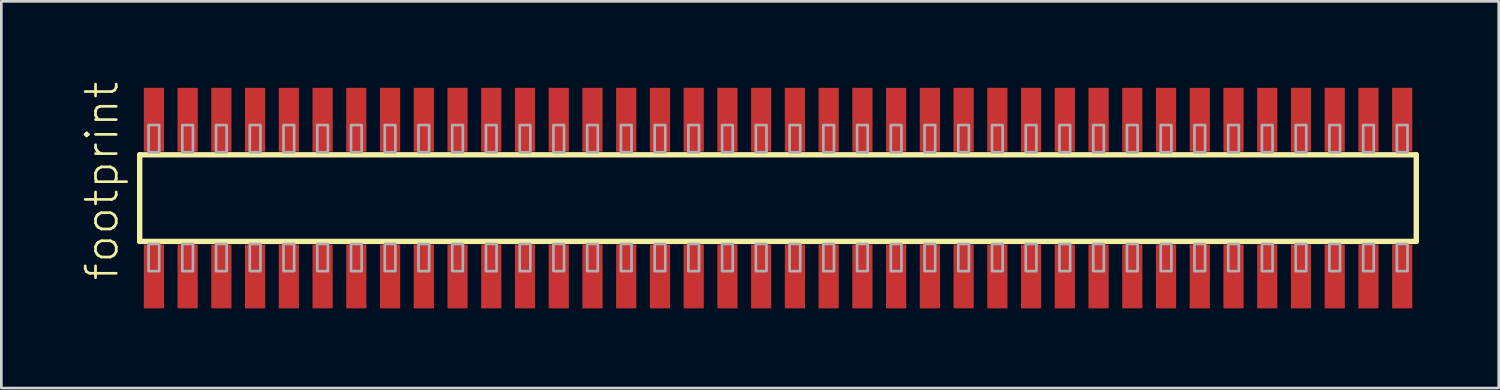
<source format=kicad_pcb>
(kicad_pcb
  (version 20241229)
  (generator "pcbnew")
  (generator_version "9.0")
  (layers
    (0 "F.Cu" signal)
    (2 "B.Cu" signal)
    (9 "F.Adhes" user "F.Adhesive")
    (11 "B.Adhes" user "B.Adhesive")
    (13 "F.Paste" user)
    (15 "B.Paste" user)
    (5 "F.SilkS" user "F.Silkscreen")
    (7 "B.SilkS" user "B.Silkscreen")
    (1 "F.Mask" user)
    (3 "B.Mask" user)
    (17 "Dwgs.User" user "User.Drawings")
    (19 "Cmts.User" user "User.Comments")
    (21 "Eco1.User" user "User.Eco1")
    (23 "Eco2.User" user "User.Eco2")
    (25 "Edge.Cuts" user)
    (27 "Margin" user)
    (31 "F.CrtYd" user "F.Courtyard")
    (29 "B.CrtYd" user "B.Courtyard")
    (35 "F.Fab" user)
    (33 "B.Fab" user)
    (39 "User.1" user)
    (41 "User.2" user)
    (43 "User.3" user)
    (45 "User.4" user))
  (footprint "footprint"
    (layer "F.Cu")
    (at 26.238 4.407)
    (property "Reference" "footprint" (at -24.765 3.175 90) (layer "F.SilkS") (effects (font (size 1.168 1.168) (thickness 0.102)) (justify left bottom)))
    (fp_line (start -24.03 -1.63) (end 24.025 -1.63) (stroke (width 0.203) (type solid)) (layer "F.SilkS"))
    (fp_line (start -24.03 1.63) (end -24.03 -1.63) (stroke (width 0.203) (type solid)) (layer "F.SilkS"))
    (fp_line (start 24.025 -1.63) (end 24.025 1.63) (stroke (width 0.203) (type solid)) (layer "F.SilkS"))
    (fp_line (start 24.025 1.63) (end -24.03 1.63) (stroke (width 0.203) (type solid)) (layer "F.SilkS"))
    (fp_poly (pts (xy -23.695 -1.725) (xy -23.295 -1.725) (xy -23.295 -2.75) (xy -23.695 -2.75)) (stroke (width 0.1) (type solid)) (fill no) (layer "F.Fab"))
    (fp_poly (pts (xy -23.295 1.725) (xy -23.695 1.725) (xy -23.695 2.75) (xy -23.295 2.75)) (stroke (width 0.1) (type solid)) (fill no) (layer "F.Fab"))
    (fp_poly (pts (xy -22.425 -1.725) (xy -22.025 -1.725) (xy -22.025 -2.75) (xy -22.425 -2.75)) (stroke (width 0.1) (type solid)) (fill no) (layer "F.Fab"))
    (fp_poly (pts (xy -22.025 1.725) (xy -22.425 1.725) (xy -22.425 2.75) (xy -22.025 2.75)) (stroke (width 0.1) (type solid)) (fill no) (layer "F.Fab"))
    (fp_poly (pts (xy -21.155 -1.725) (xy -20.755 -1.725) (xy -20.755 -2.75) (xy -21.155 -2.75)) (stroke (width 0.1) (type solid)) (fill no) (layer "F.Fab"))
    (fp_poly (pts (xy -20.755 1.725) (xy -21.155 1.725) (xy -21.155 2.75) (xy -20.755 2.75)) (stroke (width 0.1) (type solid)) (fill no) (layer "F.Fab"))
    (fp_poly (pts (xy -19.885 -1.725) (xy -19.485 -1.725) (xy -19.485 -2.75) (xy -19.885 -2.75)) (stroke (width 0.1) (type solid)) (fill no) (layer "F.Fab"))
    (fp_poly (pts (xy -19.485 1.725) (xy -19.885 1.725) (xy -19.885 2.75) (xy -19.485 2.75)) (stroke (width 0.1) (type solid)) (fill no) (layer "F.Fab"))
    (fp_poly (pts (xy -18.615 -1.725) (xy -18.215 -1.725) (xy -18.215 -2.75) (xy -18.615 -2.75)) (stroke (width 0.1) (type solid)) (fill no) (layer "F.Fab"))
    (fp_poly (pts (xy -18.215 1.725) (xy -18.615 1.725) (xy -18.615 2.75) (xy -18.215 2.75)) (stroke (width 0.1) (type solid)) (fill no) (layer "F.Fab"))
    (fp_poly (pts (xy -17.345 -1.725) (xy -16.945 -1.725) (xy -16.945 -2.75) (xy -17.345 -2.75)) (stroke (width 0.1) (type solid)) (fill no) (layer "F.Fab"))
    (fp_poly (pts (xy -16.945 1.725) (xy -17.345 1.725) (xy -17.345 2.75) (xy -16.945 2.75)) (stroke (width 0.1) (type solid)) (fill no) (layer "F.Fab"))
    (fp_poly (pts (xy -16.075 -1.725) (xy -15.675 -1.725) (xy -15.675 -2.75) (xy -16.075 -2.75)) (stroke (width 0.1) (type solid)) (fill no) (layer "F.Fab"))
    (fp_poly (pts (xy -15.675 1.725) (xy -16.075 1.725) (xy -16.075 2.75) (xy -15.675 2.75)) (stroke (width 0.1) (type solid)) (fill no) (layer "F.Fab"))
    (fp_poly (pts (xy -14.805 -1.725) (xy -14.405 -1.725) (xy -14.405 -2.75) (xy -14.805 -2.75)) (stroke (width 0.1) (type solid)) (fill no) (layer "F.Fab"))
    (fp_poly (pts (xy -14.405 1.725) (xy -14.805 1.725) (xy -14.805 2.75) (xy -14.405 2.75)) (stroke (width 0.1) (type solid)) (fill no) (layer "F.Fab"))
    (fp_poly (pts (xy -13.535 -1.725) (xy -13.135 -1.725) (xy -13.135 -2.75) (xy -13.535 -2.75)) (stroke (width 0.1) (type solid)) (fill no) (layer "F.Fab"))
    (fp_poly (pts (xy -13.135 1.725) (xy -13.535 1.725) (xy -13.535 2.75) (xy -13.135 2.75)) (stroke (width 0.1) (type solid)) (fill no) (layer "F.Fab"))
    (fp_poly (pts (xy -12.265 -1.725) (xy -11.865 -1.725) (xy -11.865 -2.75) (xy -12.265 -2.75)) (stroke (width 0.1) (type solid)) (fill no) (layer "F.Fab"))
    (fp_poly (pts (xy -11.865 1.725) (xy -12.265 1.725) (xy -12.265 2.75) (xy -11.865 2.75)) (stroke (width 0.1) (type solid)) (fill no) (layer "F.Fab"))
    (fp_poly (pts (xy -10.995 -1.725) (xy -10.595 -1.725) (xy -10.595 -2.75) (xy -10.995 -2.75)) (stroke (width 0.1) (type solid)) (fill no) (layer "F.Fab"))
    (fp_poly (pts (xy -10.595 1.725) (xy -10.995 1.725) (xy -10.995 2.75) (xy -10.595 2.75)) (stroke (width 0.1) (type solid)) (fill no) (layer "F.Fab"))
    (fp_poly (pts (xy -9.725 -1.725) (xy -9.325 -1.725) (xy -9.325 -2.75) (xy -9.725 -2.75)) (stroke (width 0.1) (type solid)) (fill no) (layer "F.Fab"))
    (fp_poly (pts (xy -9.325 1.725) (xy -9.725 1.725) (xy -9.725 2.75) (xy -9.325 2.75)) (stroke (width 0.1) (type solid)) (fill no) (layer "F.Fab"))
    (fp_poly (pts (xy -8.455 -1.725) (xy -8.055 -1.725) (xy -8.055 -2.75) (xy -8.455 -2.75)) (stroke (width 0.1) (type solid)) (fill no) (layer "F.Fab"))
    (fp_poly (pts (xy -8.055 1.725) (xy -8.455 1.725) (xy -8.455 2.75) (xy -8.055 2.75)) (stroke (width 0.1) (type solid)) (fill no) (layer "F.Fab"))
    (fp_poly (pts (xy -7.185 -1.725) (xy -6.785 -1.725) (xy -6.785 -2.75) (xy -7.185 -2.75)) (stroke (width 0.1) (type solid)) (fill no) (layer "F.Fab"))
    (fp_poly (pts (xy -6.785 1.725) (xy -7.185 1.725) (xy -7.185 2.75) (xy -6.785 2.75)) (stroke (width 0.1) (type solid)) (fill no) (layer "F.Fab"))
    (fp_poly (pts (xy -5.915 -1.725) (xy -5.515 -1.725) (xy -5.515 -2.75) (xy -5.915 -2.75)) (stroke (width 0.1) (type solid)) (fill no) (layer "F.Fab"))
    (fp_poly (pts (xy -5.515 1.725) (xy -5.915 1.725) (xy -5.915 2.75) (xy -5.515 2.75)) (stroke (width 0.1) (type solid)) (fill no) (layer "F.Fab"))
    (fp_poly (pts (xy -4.645 -1.725) (xy -4.245 -1.725) (xy -4.245 -2.75) (xy -4.645 -2.75)) (stroke (width 0.1) (type solid)) (fill no) (layer "F.Fab"))
    (fp_poly (pts (xy -4.245 1.725) (xy -4.645 1.725) (xy -4.645 2.75) (xy -4.245 2.75)) (stroke (width 0.1) (type solid)) (fill no) (layer "F.Fab"))
    (fp_poly (pts (xy -3.375 -1.725) (xy -2.975 -1.725) (xy -2.975 -2.75) (xy -3.375 -2.75)) (stroke (width 0.1) (type solid)) (fill no) (layer "F.Fab"))
    (fp_poly (pts (xy -2.975 1.725) (xy -3.375 1.725) (xy -3.375 2.75) (xy -2.975 2.75)) (stroke (width 0.1) (type solid)) (fill no) (layer "F.Fab"))
    (fp_poly (pts (xy -2.105 -1.725) (xy -1.705 -1.725) (xy -1.705 -2.75) (xy -2.105 -2.75)) (stroke (width 0.1) (type solid)) (fill no) (layer "F.Fab"))
    (fp_poly (pts (xy -1.705 1.725) (xy -2.105 1.725) (xy -2.105 2.75) (xy -1.705 2.75)) (stroke (width 0.1) (type solid)) (fill no) (layer "F.Fab"))
    (fp_poly (pts (xy -0.835 -1.725) (xy -0.435 -1.725) (xy -0.435 -2.75) (xy -0.835 -2.75)) (stroke (width 0.1) (type solid)) (fill no) (layer "F.Fab"))
    (fp_poly (pts (xy -0.435 1.725) (xy -0.835 1.725) (xy -0.835 2.75) (xy -0.435 2.75)) (stroke (width 0.1) (type solid)) (fill no) (layer "F.Fab"))
    (fp_poly (pts (xy 0.435 -1.725) (xy 0.835 -1.725) (xy 0.835 -2.75) (xy 0.435 -2.75)) (stroke (width 0.1) (type solid)) (fill no) (layer "F.Fab"))
    (fp_poly (pts (xy 0.835 1.725) (xy 0.435 1.725) (xy 0.435 2.75) (xy 0.835 2.75)) (stroke (width 0.1) (type solid)) (fill no) (layer "F.Fab"))
    (fp_poly (pts (xy 1.705 -1.725) (xy 2.105 -1.725) (xy 2.105 -2.75) (xy 1.705 -2.75)) (stroke (width 0.1) (type solid)) (fill no) (layer "F.Fab"))
    (fp_poly (pts (xy 2.105 1.725) (xy 1.705 1.725) (xy 1.705 2.75) (xy 2.105 2.75)) (stroke (width 0.1) (type solid)) (fill no) (layer "F.Fab"))
    (fp_poly (pts (xy 2.975 -1.725) (xy 3.375 -1.725) (xy 3.375 -2.75) (xy 2.975 -2.75)) (stroke (width 0.1) (type solid)) (fill no) (layer "F.Fab"))
    (fp_poly (pts (xy 3.375 1.725) (xy 2.975 1.725) (xy 2.975 2.75) (xy 3.375 2.75)) (stroke (width 0.1) (type solid)) (fill no) (layer "F.Fab"))
    (fp_poly (pts (xy 4.245 -1.725) (xy 4.645 -1.725) (xy 4.645 -2.75) (xy 4.245 -2.75)) (stroke (width 0.1) (type solid)) (fill no) (layer "F.Fab"))
    (fp_poly (pts (xy 4.645 1.725) (xy 4.245 1.725) (xy 4.245 2.75) (xy 4.645 2.75)) (stroke (width 0.1) (type solid)) (fill no) (layer "F.Fab"))
    (fp_poly (pts (xy 5.515 -1.725) (xy 5.915 -1.725) (xy 5.915 -2.75) (xy 5.515 -2.75)) (stroke (width 0.1) (type solid)) (fill no) (layer "F.Fab"))
    (fp_poly (pts (xy 5.915 1.725) (xy 5.515 1.725) (xy 5.515 2.75) (xy 5.915 2.75)) (stroke (width 0.1) (type solid)) (fill no) (layer "F.Fab"))
    (fp_poly (pts (xy 6.785 -1.725) (xy 7.185 -1.725) (xy 7.185 -2.75) (xy 6.785 -2.75)) (stroke (width 0.1) (type solid)) (fill no) (layer "F.Fab"))
    (fp_poly (pts (xy 7.185 1.725) (xy 6.785 1.725) (xy 6.785 2.75) (xy 7.185 2.75)) (stroke (width 0.1) (type solid)) (fill no) (layer "F.Fab"))
    (fp_poly (pts (xy 8.055 -1.725) (xy 8.455 -1.725) (xy 8.455 -2.75) (xy 8.055 -2.75)) (stroke (width 0.1) (type solid)) (fill no) (layer "F.Fab"))
    (fp_poly (pts (xy 8.455 1.725) (xy 8.055 1.725) (xy 8.055 2.75) (xy 8.455 2.75)) (stroke (width 0.1) (type solid)) (fill no) (layer "F.Fab"))
    (fp_poly (pts (xy 9.325 -1.725) (xy 9.725 -1.725) (xy 9.725 -2.75) (xy 9.325 -2.75)) (stroke (width 0.1) (type solid)) (fill no) (layer "F.Fab"))
    (fp_poly (pts (xy 9.725 1.725) (xy 9.325 1.725) (xy 9.325 2.75) (xy 9.725 2.75)) (stroke (width 0.1) (type solid)) (fill no) (layer "F.Fab"))
    (fp_poly (pts (xy 10.595 -1.725) (xy 10.995 -1.725) (xy 10.995 -2.75) (xy 10.595 -2.75)) (stroke (width 0.1) (type solid)) (fill no) (layer "F.Fab"))
    (fp_poly (pts (xy 10.995 1.725) (xy 10.595 1.725) (xy 10.595 2.75) (xy 10.995 2.75)) (stroke (width 0.1) (type solid)) (fill no) (layer "F.Fab"))
    (fp_poly (pts (xy 11.865 -1.725) (xy 12.265 -1.725) (xy 12.265 -2.75) (xy 11.865 -2.75)) (stroke (width 0.1) (type solid)) (fill no) (layer "F.Fab"))
    (fp_poly (pts (xy 12.265 1.725) (xy 11.865 1.725) (xy 11.865 2.75) (xy 12.265 2.75)) (stroke (width 0.1) (type solid)) (fill no) (layer "F.Fab"))
    (fp_poly (pts (xy 13.135 -1.725) (xy 13.535 -1.725) (xy 13.535 -2.75) (xy 13.135 -2.75)) (stroke (width 0.1) (type solid)) (fill no) (layer "F.Fab"))
    (fp_poly (pts (xy 13.535 1.725) (xy 13.135 1.725) (xy 13.135 2.75) (xy 13.535 2.75)) (stroke (width 0.1) (type solid)) (fill no) (layer "F.Fab"))
    (fp_poly (pts (xy 14.405 -1.725) (xy 14.805 -1.725) (xy 14.805 -2.75) (xy 14.405 -2.75)) (stroke (width 0.1) (type solid)) (fill no) (layer "F.Fab"))
    (fp_poly (pts (xy 14.805 1.725) (xy 14.405 1.725) (xy 14.405 2.75) (xy 14.805 2.75)) (stroke (width 0.1) (type solid)) (fill no) (layer "F.Fab"))
    (fp_poly (pts (xy 15.675 -1.725) (xy 16.075 -1.725) (xy 16.075 -2.75) (xy 15.675 -2.75)) (stroke (width 0.1) (type solid)) (fill no) (layer "F.Fab"))
    (fp_poly (pts (xy 16.075 1.725) (xy 15.675 1.725) (xy 15.675 2.75) (xy 16.075 2.75)) (stroke (width 0.1) (type solid)) (fill no) (layer "F.Fab"))
    (fp_poly (pts (xy 16.945 -1.725) (xy 17.345 -1.725) (xy 17.345 -2.75) (xy 16.945 -2.75)) (stroke (width 0.1) (type solid)) (fill no) (layer "F.Fab"))
    (fp_poly (pts (xy 17.345 1.725) (xy 16.945 1.725) (xy 16.945 2.75) (xy 17.345 2.75)) (stroke (width 0.1) (type solid)) (fill no) (layer "F.Fab"))
    (fp_poly (pts (xy 18.215 -1.725) (xy 18.615 -1.725) (xy 18.615 -2.75) (xy 18.215 -2.75)) (stroke (width 0.1) (type solid)) (fill no) (layer "F.Fab"))
    (fp_poly (pts (xy 18.615 1.725) (xy 18.215 1.725) (xy 18.215 2.75) (xy 18.615 2.75)) (stroke (width 0.1) (type solid)) (fill no) (layer "F.Fab"))
    (fp_poly (pts (xy 19.485 -1.725) (xy 19.885 -1.725) (xy 19.885 -2.75) (xy 19.485 -2.75)) (stroke (width 0.1) (type solid)) (fill no) (layer "F.Fab"))
    (fp_poly (pts (xy 19.885 1.725) (xy 19.485 1.725) (xy 19.485 2.75) (xy 19.885 2.75)) (stroke (width 0.1) (type solid)) (fill no) (layer "F.Fab"))
    (fp_poly (pts (xy 20.755 -1.725) (xy 21.155 -1.725) (xy 21.155 -2.75) (xy 20.755 -2.75)) (stroke (width 0.1) (type solid)) (fill no) (layer "F.Fab"))
    (fp_poly (pts (xy 21.155 1.725) (xy 20.755 1.725) (xy 20.755 2.75) (xy 21.155 2.75)) (stroke (width 0.1) (type solid)) (fill no) (layer "F.Fab"))
    (fp_poly (pts (xy 22.025 -1.725) (xy 22.425 -1.725) (xy 22.425 -2.75) (xy 22.025 -2.75)) (stroke (width 0.1) (type solid)) (fill no) (layer "F.Fab"))
    (fp_poly (pts (xy 22.425 1.725) (xy 22.025 1.725) (xy 22.025 2.75) (xy 22.425 2.75)) (stroke (width 0.1) (type solid)) (fill no) (layer "F.Fab"))
    (fp_poly (pts (xy 23.295 -1.725) (xy 23.695 -1.725) (xy 23.695 -2.75) (xy 23.295 -2.75)) (stroke (width 0.1) (type solid)) (fill no) (layer "F.Fab"))
    (fp_poly (pts (xy 23.695 1.725) (xy 23.295 1.725) (xy 23.295 2.75) (xy 23.695 2.75)) (stroke (width 0.1) (type solid)) (fill no) (layer "F.Fab"))
    (pad "1" smd rect (at -23.495 2.95) (size 0.76 2.4) (layers "F.Cu" "F.Mask" "F.Paste"))
    (pad "2" smd rect (at -23.495 -2.95) (size 0.76 2.4) (layers "F.Cu" "F.Mask" "F.Paste"))
    (pad "3" smd rect (at -22.225 2.95) (size 0.76 2.4) (layers "F.Cu" "F.Mask" "F.Paste"))
    (pad "4" smd rect (at -22.225 -2.95) (size 0.76 2.4) (layers "F.Cu" "F.Mask" "F.Paste"))
    (pad "5" smd rect (at -20.955 2.95) (size 0.76 2.4) (layers "F.Cu" "F.Mask" "F.Paste"))
    (pad "6" smd rect (at -20.955 -2.95) (size 0.76 2.4) (layers "F.Cu" "F.Mask" "F.Paste"))
    (pad "7" smd rect (at -19.685 2.95) (size 0.76 2.4) (layers "F.Cu" "F.Mask" "F.Paste"))
    (pad "8" smd rect (at -19.685 -2.95) (size 0.76 2.4) (layers "F.Cu" "F.Mask" "F.Paste"))
    (pad "9" smd rect (at -18.415 2.95) (size 0.76 2.4) (layers "F.Cu" "F.Mask" "F.Paste"))
    (pad "10" smd rect (at -18.415 -2.95) (size 0.76 2.4) (layers "F.Cu" "F.Mask" "F.Paste"))
    (pad "11" smd rect (at -17.145 2.95) (size 0.76 2.4) (layers "F.Cu" "F.Mask" "F.Paste"))
    (pad "12" smd rect (at -17.145 -2.95) (size 0.76 2.4) (layers "F.Cu" "F.Mask" "F.Paste"))
    (pad "13" smd rect (at -15.875 2.95) (size 0.76 2.4) (layers "F.Cu" "F.Mask" "F.Paste"))
    (pad "14" smd rect (at -15.875 -2.95) (size 0.76 2.4) (layers "F.Cu" "F.Mask" "F.Paste"))
    (pad "15" smd rect (at -14.605 2.95) (size 0.76 2.4) (layers "F.Cu" "F.Mask" "F.Paste"))
    (pad "16" smd rect (at -14.605 -2.95) (size 0.76 2.4) (layers "F.Cu" "F.Mask" "F.Paste"))
    (pad "17" smd rect (at -13.335 2.95) (size 0.76 2.4) (layers "F.Cu" "F.Mask" "F.Paste"))
    (pad "18" smd rect (at -13.335 -2.95) (size 0.76 2.4) (layers "F.Cu" "F.Mask" "F.Paste"))
    (pad "19" smd rect (at -12.065 2.95) (size 0.76 2.4) (layers "F.Cu" "F.Mask" "F.Paste"))
    (pad "20" smd rect (at -12.065 -2.95) (size 0.76 2.4) (layers "F.Cu" "F.Mask" "F.Paste"))
    (pad "21" smd rect (at -10.795 2.95) (size 0.76 2.4) (layers "F.Cu" "F.Mask" "F.Paste"))
    (pad "22" smd rect (at -10.795 -2.95) (size 0.76 2.4) (layers "F.Cu" "F.Mask" "F.Paste"))
    (pad "23" smd rect (at -9.525 2.95) (size 0.76 2.4) (layers "F.Cu" "F.Mask" "F.Paste"))
    (pad "24" smd rect (at -9.525 -2.95) (size 0.76 2.4) (layers "F.Cu" "F.Mask" "F.Paste"))
    (pad "25" smd rect (at -8.255 2.95) (size 0.76 2.4) (layers "F.Cu" "F.Mask" "F.Paste"))
    (pad "26" smd rect (at -8.255 -2.95) (size 0.76 2.4) (layers "F.Cu" "F.Mask" "F.Paste"))
    (pad "27" smd rect (at -6.985 2.95) (size 0.76 2.4) (layers "F.Cu" "F.Mask" "F.Paste"))
    (pad "28" smd rect (at -6.985 -2.95) (size 0.76 2.4) (layers "F.Cu" "F.Mask" "F.Paste"))
    (pad "29" smd rect (at -5.715 2.95) (size 0.76 2.4) (layers "F.Cu" "F.Mask" "F.Paste"))
    (pad "30" smd rect (at -5.715 -2.95) (size 0.76 2.4) (layers "F.Cu" "F.Mask" "F.Paste"))
    (pad "31" smd rect (at -4.445 2.95) (size 0.76 2.4) (layers "F.Cu" "F.Mask" "F.Paste"))
    (pad "32" smd rect (at -4.445 -2.95) (size 0.76 2.4) (layers "F.Cu" "F.Mask" "F.Paste"))
    (pad "33" smd rect (at -3.175 2.95) (size 0.76 2.4) (layers "F.Cu" "F.Mask" "F.Paste"))
    (pad "34" smd rect (at -3.175 -2.95) (size 0.76 2.4) (layers "F.Cu" "F.Mask" "F.Paste"))
    (pad "35" smd rect (at -1.905 2.95) (size 0.76 2.4) (layers "F.Cu" "F.Mask" "F.Paste"))
    (pad "36" smd rect (at -1.905 -2.95) (size 0.76 2.4) (layers "F.Cu" "F.Mask" "F.Paste"))
    (pad "37" smd rect (at -0.635 2.95) (size 0.76 2.4) (layers "F.Cu" "F.Mask" "F.Paste"))
    (pad "38" smd rect (at -0.635 -2.95) (size 0.76 2.4) (layers "F.Cu" "F.Mask" "F.Paste"))
    (pad "39" smd rect (at 0.635 2.95) (size 0.76 2.4) (layers "F.Cu" "F.Mask" "F.Paste"))
    (pad "40" smd rect (at 0.635 -2.95) (size 0.76 2.4) (layers "F.Cu" "F.Mask" "F.Paste"))
    (pad "41" smd rect (at 1.905 2.95) (size 0.76 2.4) (layers "F.Cu" "F.Mask" "F.Paste"))
    (pad "42" smd rect (at 1.905 -2.95) (size 0.76 2.4) (layers "F.Cu" "F.Mask" "F.Paste"))
    (pad "43" smd rect (at 3.175 2.95) (size 0.76 2.4) (layers "F.Cu" "F.Mask" "F.Paste"))
    (pad "44" smd rect (at 3.175 -2.95) (size 0.76 2.4) (layers "F.Cu" "F.Mask" "F.Paste"))
    (pad "45" smd rect (at 4.445 2.95) (size 0.76 2.4) (layers "F.Cu" "F.Mask" "F.Paste"))
    (pad "46" smd rect (at 4.445 -2.95) (size 0.76 2.4) (layers "F.Cu" "F.Mask" "F.Paste"))
    (pad "47" smd rect (at 5.715 2.95) (size 0.76 2.4) (layers "F.Cu" "F.Mask" "F.Paste"))
    (pad "48" smd rect (at 5.715 -2.95) (size 0.76 2.4) (layers "F.Cu" "F.Mask" "F.Paste"))
    (pad "49" smd rect (at 6.985 2.95) (size 0.76 2.4) (layers "F.Cu" "F.Mask" "F.Paste"))
    (pad "50" smd rect (at 6.985 -2.95) (size 0.76 2.4) (layers "F.Cu" "F.Mask" "F.Paste"))
    (pad "51" smd rect (at 8.255 2.95) (size 0.76 2.4) (layers "F.Cu" "F.Mask" "F.Paste"))
    (pad "52" smd rect (at 8.255 -2.95) (size 0.76 2.4) (layers "F.Cu" "F.Mask" "F.Paste"))
    (pad "53" smd rect (at 9.525 2.95) (size 0.76 2.4) (layers "F.Cu" "F.Mask" "F.Paste"))
    (pad "54" smd rect (at 9.525 -2.95) (size 0.76 2.4) (layers "F.Cu" "F.Mask" "F.Paste"))
    (pad "55" smd rect (at 10.795 2.95) (size 0.76 2.4) (layers "F.Cu" "F.Mask" "F.Paste"))
    (pad "56" smd rect (at 10.795 -2.95) (size 0.76 2.4) (layers "F.Cu" "F.Mask" "F.Paste"))
    (pad "57" smd rect (at 12.065 2.95) (size 0.76 2.4) (layers "F.Cu" "F.Mask" "F.Paste"))
    (pad "58" smd rect (at 12.065 -2.95) (size 0.76 2.4) (layers "F.Cu" "F.Mask" "F.Paste"))
    (pad "59" smd rect (at 13.335 2.95) (size 0.76 2.4) (layers "F.Cu" "F.Mask" "F.Paste"))
    (pad "60" smd rect (at 13.335 -2.95) (size 0.76 2.4) (layers "F.Cu" "F.Mask" "F.Paste"))
    (pad "61" smd rect (at 14.605 2.95) (size 0.76 2.4) (layers "F.Cu" "F.Mask" "F.Paste"))
    (pad "62" smd rect (at 14.605 -2.95) (size 0.76 2.4) (layers "F.Cu" "F.Mask" "F.Paste"))
    (pad "63" smd rect (at 15.875 2.95) (size 0.76 2.4) (layers "F.Cu" "F.Mask" "F.Paste"))
    (pad "64" smd rect (at 15.875 -2.95) (size 0.76 2.4) (layers "F.Cu" "F.Mask" "F.Paste"))
    (pad "65" smd rect (at 17.145 2.95) (size 0.76 2.4) (layers "F.Cu" "F.Mask" "F.Paste"))
    (pad "66" smd rect (at 17.145 -2.95) (size 0.76 2.4) (layers "F.Cu" "F.Mask" "F.Paste"))
    (pad "67" smd rect (at 18.415 2.95) (size 0.76 2.4) (layers "F.Cu" "F.Mask" "F.Paste"))
    (pad "68" smd rect (at 18.415 -2.95) (size 0.76 2.4) (layers "F.Cu" "F.Mask" "F.Paste"))
    (pad "69" smd rect (at 19.685 2.95) (size 0.76 2.4) (layers "F.Cu" "F.Mask" "F.Paste"))
    (pad "70" smd rect (at 19.685 -2.95) (size 0.76 2.4) (layers "F.Cu" "F.Mask" "F.Paste"))
    (pad "71" smd rect (at 20.955 2.95) (size 0.76 2.4) (layers "F.Cu" "F.Mask" "F.Paste"))
    (pad "72" smd rect (at 20.955 -2.95) (size 0.76 2.4) (layers "F.Cu" "F.Mask" "F.Paste"))
    (pad "73" smd rect (at 22.225 2.95) (size 0.76 2.4) (layers "F.Cu" "F.Mask" "F.Paste"))
    (pad "74" smd rect (at 22.225 -2.95) (size 0.76 2.4) (layers "F.Cu" "F.Mask" "F.Paste"))
    (pad "75" smd rect (at 23.495 2.95) (size 0.76 2.4) (layers "F.Cu" "F.Mask" "F.Paste"))
    (pad "76" smd rect (at 23.495 -2.95) (size 0.76 2.4) (layers "F.Cu" "F.Mask" "F.Paste")))
  (gr_rect
    (start -3 -3)
    (end 53.365 11.557)
    (stroke (width 0.1) (type default))
    (fill no)
    (layer "Edge.Cuts")))
</source>
